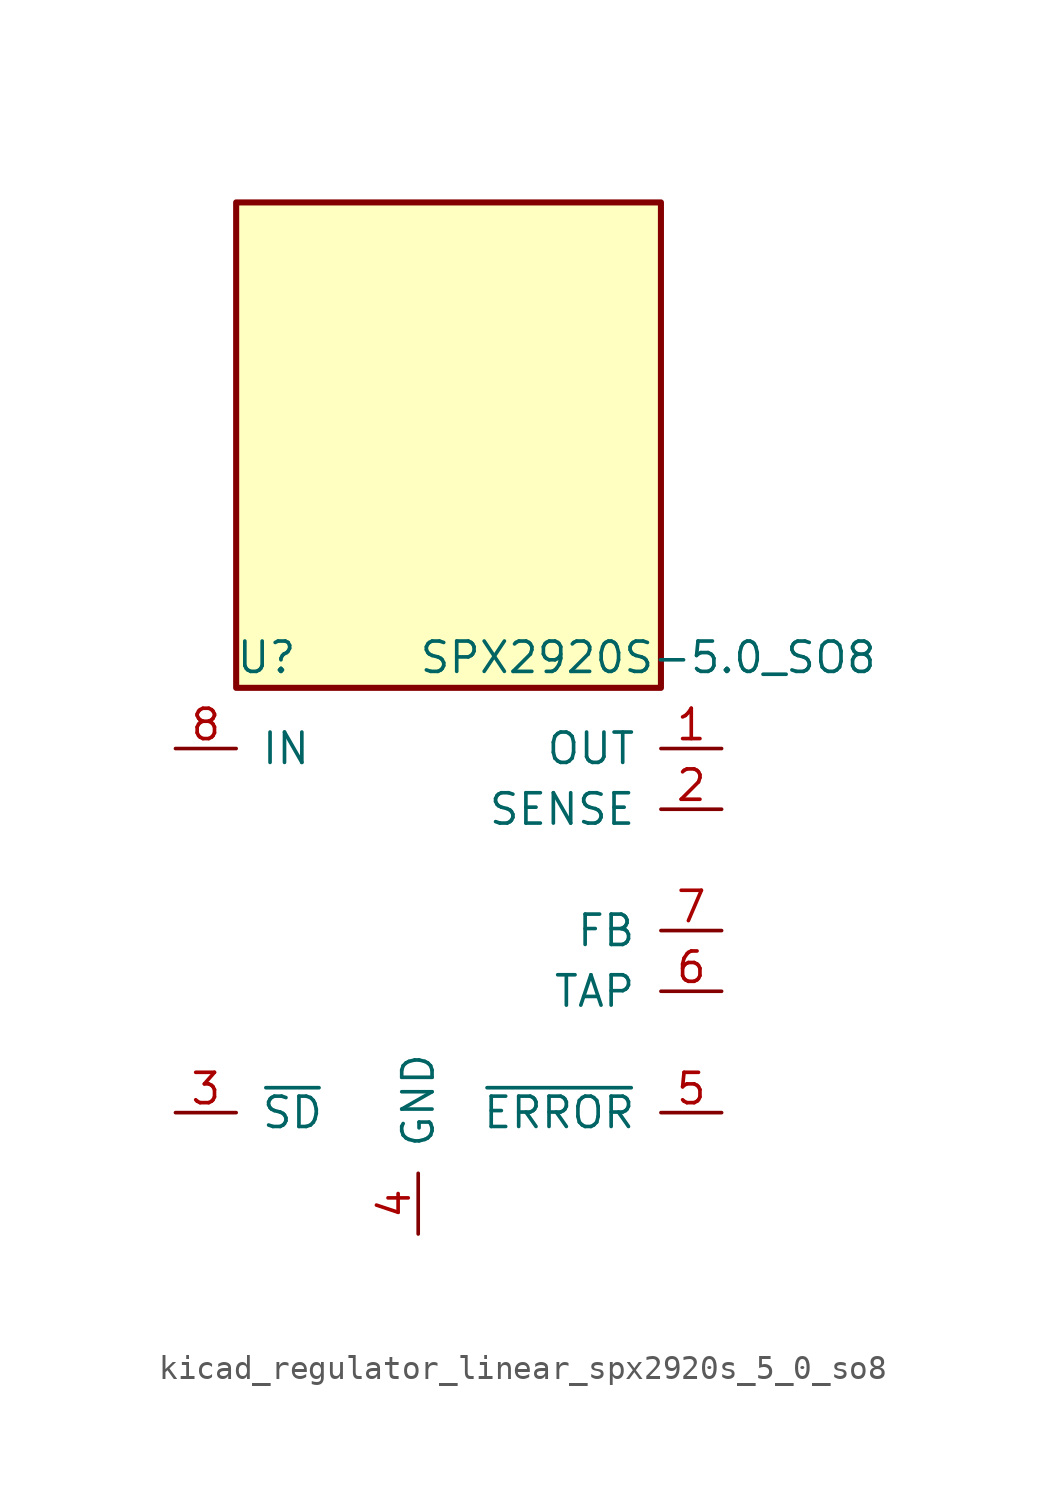
<source format=kicad_sym>
(kicad_symbol_lib
  (version 20220914)
  (generator kicad_symbol_editor)
  (symbol "kicad_regulator_linear_spx2920s_5_0_so8"
    (pin_names
      (offset 1.016))
    (property "Reference" "U"
      (at -6.35 3.81 0)
      (effects (font (size 1.27 1.27))))
    (property "Value" "SPX2920S-5.0_SO8"
      (at 0 3.81 0)
      (effects (font (size 1.27 1.27)) (justify left)))
    (symbol "kicad_regulator_linear_spx2920s_5_0_so8_0_1"
      (rectangle (start 10.16 22.86) (end -7.62 2.54) (stroke (width 0.254) (type default)) (fill (type background))))
    (symbol "kicad_regulator_linear_spx2920s_5_0_so8_1_1"
      (pin power_out line (at 12.7 0 180) (length 2.54) (name "OUT" (effects (font (size 1.27 1.27)))) (number "1" (effects (font (size 1.27 1.27)))))
      (pin passive line (at 12.7 -2.54 180) (length 2.54) (name "SENSE" (effects (font (size 1.27 1.27)))) (number "2" (effects (font (size 1.27 1.27)))))
      (pin input line (at -10.16 -15.24 0) (length 2.54) (name "~{SD}" (effects (font (size 1.27 1.27)))) (number "3" (effects (font (size 1.27 1.27)))))
      (pin power_in line (at 0 -20.32 90) (length 2.54) (name "GND" (effects (font (size 1.27 1.27)))) (number "4" (effects (font (size 1.27 1.27)))))
      (pin output line (at 12.7 -15.24 180) (length 2.54) (name "~{ERROR}" (effects (font (size 1.27 1.27)))) (number "5" (effects (font (size 1.27 1.27)))))
      (pin passive line (at 12.7 -10.16 180) (length 2.54) (name "TAP" (effects (font (size 1.27 1.27)))) (number "6" (effects (font (size 1.27 1.27)))))
      (pin passive line (at 12.7 -7.62 180) (length 2.54) (name "FB" (effects (font (size 1.27 1.27)))) (number "7" (effects (font (size 1.27 1.27)))))
      (pin power_in line (at -10.16 0 0) (length 2.54) (name "IN" (effects (font (size 1.27 1.27)))) (number "8" (effects (font (size 1.27 1.27))))))))
</source>
